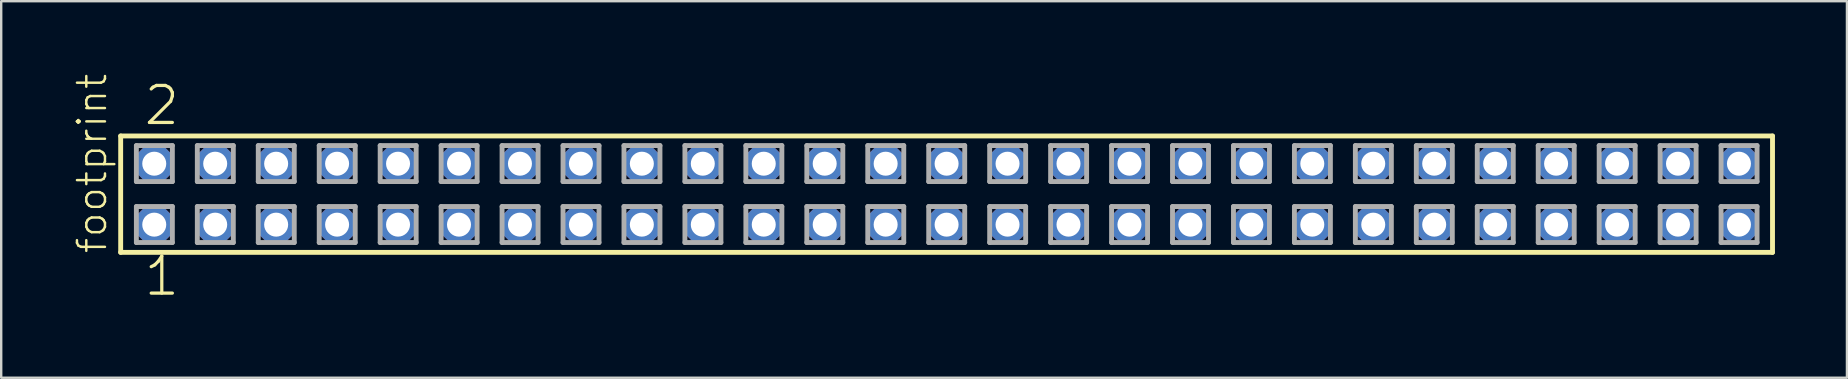
<source format=kicad_pcb>
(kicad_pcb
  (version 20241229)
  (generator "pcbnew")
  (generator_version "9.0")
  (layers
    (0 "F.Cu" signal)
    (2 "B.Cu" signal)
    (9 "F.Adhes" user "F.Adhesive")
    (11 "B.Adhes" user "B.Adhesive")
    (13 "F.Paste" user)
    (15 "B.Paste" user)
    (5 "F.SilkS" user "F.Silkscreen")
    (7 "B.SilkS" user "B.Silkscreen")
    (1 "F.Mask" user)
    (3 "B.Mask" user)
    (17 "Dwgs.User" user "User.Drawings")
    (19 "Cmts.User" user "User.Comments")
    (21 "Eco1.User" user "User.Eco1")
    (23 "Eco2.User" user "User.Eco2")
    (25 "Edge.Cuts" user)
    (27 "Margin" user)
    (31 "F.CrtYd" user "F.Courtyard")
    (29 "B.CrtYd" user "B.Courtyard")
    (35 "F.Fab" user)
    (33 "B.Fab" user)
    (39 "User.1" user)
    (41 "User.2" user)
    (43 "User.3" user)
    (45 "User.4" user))
  (footprint "footprint"
    (layer "F.Cu")
    (at 36.398 5.042)
    (property "Reference" "footprint" (at -34.925 2.54 90) (layer "F.SilkS") (effects (font (size 1.168 1.168) (thickness 0.102)) (justify left bottom)))
    (fp_line (start -34.419 -2.425) (end 34.419 -2.425) (stroke (width 0.203) (type solid)) (layer "F.SilkS"))
    (fp_line (start -34.419 2.425) (end -34.419 -2.425) (stroke (width 0.203) (type solid)) (layer "F.SilkS"))
    (fp_line (start 34.419 -2.425) (end 34.419 2.425) (stroke (width 0.203) (type solid)) (layer "F.SilkS"))
    (fp_line (start 34.419 2.425) (end -34.419 2.425) (stroke (width 0.203) (type solid)) (layer "F.SilkS"))
    (fp_line (start -33.765 -2.025) (end -32.265 -2.025) (stroke (width 0.203) (type solid)) (layer "F.Fab"))
    (fp_line (start -33.765 -0.525) (end -33.765 -2.025) (stroke (width 0.203) (type solid)) (layer "F.Fab"))
    (fp_line (start -33.765 0.515) (end -32.265 0.515) (stroke (width 0.203) (type solid)) (layer "F.Fab"))
    (fp_line (start -33.765 2.015) (end -33.765 0.515) (stroke (width 0.203) (type solid)) (layer "F.Fab"))
    (fp_line (start -32.265 -2.025) (end -32.265 -0.525) (stroke (width 0.203) (type solid)) (layer "F.Fab"))
    (fp_line (start -32.265 -0.525) (end -33.765 -0.525) (stroke (width 0.203) (type solid)) (layer "F.Fab"))
    (fp_line (start -32.265 0.515) (end -32.265 2.015) (stroke (width 0.203) (type solid)) (layer "F.Fab"))
    (fp_line (start -32.265 2.015) (end -33.765 2.015) (stroke (width 0.203) (type solid)) (layer "F.Fab"))
    (fp_line (start -31.225 -2.025) (end -29.725 -2.025) (stroke (width 0.203) (type solid)) (layer "F.Fab"))
    (fp_line (start -31.225 -0.525) (end -31.225 -2.025) (stroke (width 0.203) (type solid)) (layer "F.Fab"))
    (fp_line (start -31.225 0.515) (end -29.725 0.515) (stroke (width 0.203) (type solid)) (layer "F.Fab"))
    (fp_line (start -31.225 2.015) (end -31.225 0.515) (stroke (width 0.203) (type solid)) (layer "F.Fab"))
    (fp_line (start -29.725 -2.025) (end -29.725 -0.525) (stroke (width 0.203) (type solid)) (layer "F.Fab"))
    (fp_line (start -29.725 -0.525) (end -31.225 -0.525) (stroke (width 0.203) (type solid)) (layer "F.Fab"))
    (fp_line (start -29.725 0.515) (end -29.725 2.015) (stroke (width 0.203) (type solid)) (layer "F.Fab"))
    (fp_line (start -29.725 2.015) (end -31.225 2.015) (stroke (width 0.203) (type solid)) (layer "F.Fab"))
    (fp_line (start -28.685 -2.025) (end -27.185 -2.025) (stroke (width 0.203) (type solid)) (layer "F.Fab"))
    (fp_line (start -28.685 -0.525) (end -28.685 -2.025) (stroke (width 0.203) (type solid)) (layer "F.Fab"))
    (fp_line (start -28.685 0.515) (end -27.185 0.515) (stroke (width 0.203) (type solid)) (layer "F.Fab"))
    (fp_line (start -28.685 2.015) (end -28.685 0.515) (stroke (width 0.203) (type solid)) (layer "F.Fab"))
    (fp_line (start -27.185 -2.025) (end -27.185 -0.525) (stroke (width 0.203) (type solid)) (layer "F.Fab"))
    (fp_line (start -27.185 -0.525) (end -28.685 -0.525) (stroke (width 0.203) (type solid)) (layer "F.Fab"))
    (fp_line (start -27.185 0.515) (end -27.185 2.015) (stroke (width 0.203) (type solid)) (layer "F.Fab"))
    (fp_line (start -27.185 2.015) (end -28.685 2.015) (stroke (width 0.203) (type solid)) (layer "F.Fab"))
    (fp_line (start -26.145 -2.025) (end -24.645 -2.025) (stroke (width 0.203) (type solid)) (layer "F.Fab"))
    (fp_line (start -26.145 -0.525) (end -26.145 -2.025) (stroke (width 0.203) (type solid)) (layer "F.Fab"))
    (fp_line (start -26.145 0.515) (end -24.645 0.515) (stroke (width 0.203) (type solid)) (layer "F.Fab"))
    (fp_line (start -26.145 2.015) (end -26.145 0.515) (stroke (width 0.203) (type solid)) (layer "F.Fab"))
    (fp_line (start -24.645 -2.025) (end -24.645 -0.525) (stroke (width 0.203) (type solid)) (layer "F.Fab"))
    (fp_line (start -24.645 -0.525) (end -26.145 -0.525) (stroke (width 0.203) (type solid)) (layer "F.Fab"))
    (fp_line (start -24.645 0.515) (end -24.645 2.015) (stroke (width 0.203) (type solid)) (layer "F.Fab"))
    (fp_line (start -24.645 2.015) (end -26.145 2.015) (stroke (width 0.203) (type solid)) (layer "F.Fab"))
    (fp_line (start -23.605 -2.025) (end -22.105 -2.025) (stroke (width 0.203) (type solid)) (layer "F.Fab"))
    (fp_line (start -23.605 -0.525) (end -23.605 -2.025) (stroke (width 0.203) (type solid)) (layer "F.Fab"))
    (fp_line (start -23.605 0.515) (end -22.105 0.515) (stroke (width 0.203) (type solid)) (layer "F.Fab"))
    (fp_line (start -23.605 2.015) (end -23.605 0.515) (stroke (width 0.203) (type solid)) (layer "F.Fab"))
    (fp_line (start -22.105 -2.025) (end -22.105 -0.525) (stroke (width 0.203) (type solid)) (layer "F.Fab"))
    (fp_line (start -22.105 -0.525) (end -23.605 -0.525) (stroke (width 0.203) (type solid)) (layer "F.Fab"))
    (fp_line (start -22.105 0.515) (end -22.105 2.015) (stroke (width 0.203) (type solid)) (layer "F.Fab"))
    (fp_line (start -22.105 2.015) (end -23.605 2.015) (stroke (width 0.203) (type solid)) (layer "F.Fab"))
    (fp_line (start -21.065 -2.025) (end -19.565 -2.025) (stroke (width 0.203) (type solid)) (layer "F.Fab"))
    (fp_line (start -21.065 -0.525) (end -21.065 -2.025) (stroke (width 0.203) (type solid)) (layer "F.Fab"))
    (fp_line (start -21.065 0.515) (end -19.565 0.515) (stroke (width 0.203) (type solid)) (layer "F.Fab"))
    (fp_line (start -21.065 2.015) (end -21.065 0.515) (stroke (width 0.203) (type solid)) (layer "F.Fab"))
    (fp_line (start -19.565 -2.025) (end -19.565 -0.525) (stroke (width 0.203) (type solid)) (layer "F.Fab"))
    (fp_line (start -19.565 -0.525) (end -21.065 -0.525) (stroke (width 0.203) (type solid)) (layer "F.Fab"))
    (fp_line (start -19.565 0.515) (end -19.565 2.015) (stroke (width 0.203) (type solid)) (layer "F.Fab"))
    (fp_line (start -19.565 2.015) (end -21.065 2.015) (stroke (width 0.203) (type solid)) (layer "F.Fab"))
    (fp_line (start -18.525 -2.025) (end -17.025 -2.025) (stroke (width 0.203) (type solid)) (layer "F.Fab"))
    (fp_line (start -18.525 -0.525) (end -18.525 -2.025) (stroke (width 0.203) (type solid)) (layer "F.Fab"))
    (fp_line (start -18.525 0.515) (end -17.025 0.515) (stroke (width 0.203) (type solid)) (layer "F.Fab"))
    (fp_line (start -18.525 2.015) (end -18.525 0.515) (stroke (width 0.203) (type solid)) (layer "F.Fab"))
    (fp_line (start -17.025 -2.025) (end -17.025 -0.525) (stroke (width 0.203) (type solid)) (layer "F.Fab"))
    (fp_line (start -17.025 -0.525) (end -18.525 -0.525) (stroke (width 0.203) (type solid)) (layer "F.Fab"))
    (fp_line (start -17.025 0.515) (end -17.025 2.015) (stroke (width 0.203) (type solid)) (layer "F.Fab"))
    (fp_line (start -17.025 2.015) (end -18.525 2.015) (stroke (width 0.203) (type solid)) (layer "F.Fab"))
    (fp_line (start -15.985 -2.025) (end -14.485 -2.025) (stroke (width 0.203) (type solid)) (layer "F.Fab"))
    (fp_line (start -15.985 -0.525) (end -15.985 -2.025) (stroke (width 0.203) (type solid)) (layer "F.Fab"))
    (fp_line (start -15.985 0.515) (end -14.485 0.515) (stroke (width 0.203) (type solid)) (layer "F.Fab"))
    (fp_line (start -15.985 2.015) (end -15.985 0.515) (stroke (width 0.203) (type solid)) (layer "F.Fab"))
    (fp_line (start -14.485 -2.025) (end -14.485 -0.525) (stroke (width 0.203) (type solid)) (layer "F.Fab"))
    (fp_line (start -14.485 -0.525) (end -15.985 -0.525) (stroke (width 0.203) (type solid)) (layer "F.Fab"))
    (fp_line (start -14.485 0.515) (end -14.485 2.015) (stroke (width 0.203) (type solid)) (layer "F.Fab"))
    (fp_line (start -14.485 2.015) (end -15.985 2.015) (stroke (width 0.203) (type solid)) (layer "F.Fab"))
    (fp_line (start -13.445 -2.025) (end -11.945 -2.025) (stroke (width 0.203) (type solid)) (layer "F.Fab"))
    (fp_line (start -13.445 -0.525) (end -13.445 -2.025) (stroke (width 0.203) (type solid)) (layer "F.Fab"))
    (fp_line (start -13.445 0.515) (end -11.945 0.515) (stroke (width 0.203) (type solid)) (layer "F.Fab"))
    (fp_line (start -13.445 2.015) (end -13.445 0.515) (stroke (width 0.203) (type solid)) (layer "F.Fab"))
    (fp_line (start -11.945 -2.025) (end -11.945 -0.525) (stroke (width 0.203) (type solid)) (layer "F.Fab"))
    (fp_line (start -11.945 -0.525) (end -13.445 -0.525) (stroke (width 0.203) (type solid)) (layer "F.Fab"))
    (fp_line (start -11.945 0.515) (end -11.945 2.015) (stroke (width 0.203) (type solid)) (layer "F.Fab"))
    (fp_line (start -11.945 2.015) (end -13.445 2.015) (stroke (width 0.203) (type solid)) (layer "F.Fab"))
    (fp_line (start -10.905 -2.025) (end -9.405 -2.025) (stroke (width 0.203) (type solid)) (layer "F.Fab"))
    (fp_line (start -10.905 -0.525) (end -10.905 -2.025) (stroke (width 0.203) (type solid)) (layer "F.Fab"))
    (fp_line (start -10.905 0.515) (end -9.405 0.515) (stroke (width 0.203) (type solid)) (layer "F.Fab"))
    (fp_line (start -10.905 2.015) (end -10.905 0.515) (stroke (width 0.203) (type solid)) (layer "F.Fab"))
    (fp_line (start -9.405 -2.025) (end -9.405 -0.525) (stroke (width 0.203) (type solid)) (layer "F.Fab"))
    (fp_line (start -9.405 -0.525) (end -10.905 -0.525) (stroke (width 0.203) (type solid)) (layer "F.Fab"))
    (fp_line (start -9.405 0.515) (end -9.405 2.015) (stroke (width 0.203) (type solid)) (layer "F.Fab"))
    (fp_line (start -9.405 2.015) (end -10.905 2.015) (stroke (width 0.203) (type solid)) (layer "F.Fab"))
    (fp_line (start -8.365 -2.025) (end -6.865 -2.025) (stroke (width 0.203) (type solid)) (layer "F.Fab"))
    (fp_line (start -8.365 -0.525) (end -8.365 -2.025) (stroke (width 0.203) (type solid)) (layer "F.Fab"))
    (fp_line (start -8.365 0.515) (end -6.865 0.515) (stroke (width 0.203) (type solid)) (layer "F.Fab"))
    (fp_line (start -8.365 2.015) (end -8.365 0.515) (stroke (width 0.203) (type solid)) (layer "F.Fab"))
    (fp_line (start -6.865 -2.025) (end -6.865 -0.525) (stroke (width 0.203) (type solid)) (layer "F.Fab"))
    (fp_line (start -6.865 -0.525) (end -8.365 -0.525) (stroke (width 0.203) (type solid)) (layer "F.Fab"))
    (fp_line (start -6.865 0.515) (end -6.865 2.015) (stroke (width 0.203) (type solid)) (layer "F.Fab"))
    (fp_line (start -6.865 2.015) (end -8.365 2.015) (stroke (width 0.203) (type solid)) (layer "F.Fab"))
    (fp_line (start -5.825 -2.025) (end -4.325 -2.025) (stroke (width 0.203) (type solid)) (layer "F.Fab"))
    (fp_line (start -5.825 -0.525) (end -5.825 -2.025) (stroke (width 0.203) (type solid)) (layer "F.Fab"))
    (fp_line (start -5.825 0.515) (end -4.325 0.515) (stroke (width 0.203) (type solid)) (layer "F.Fab"))
    (fp_line (start -5.825 2.015) (end -5.825 0.515) (stroke (width 0.203) (type solid)) (layer "F.Fab"))
    (fp_line (start -4.325 -2.025) (end -4.325 -0.525) (stroke (width 0.203) (type solid)) (layer "F.Fab"))
    (fp_line (start -4.325 -0.525) (end -5.825 -0.525) (stroke (width 0.203) (type solid)) (layer "F.Fab"))
    (fp_line (start -4.325 0.515) (end -4.325 2.015) (stroke (width 0.203) (type solid)) (layer "F.Fab"))
    (fp_line (start -4.325 2.015) (end -5.825 2.015) (stroke (width 0.203) (type solid)) (layer "F.Fab"))
    (fp_line (start -3.285 -2.025) (end -1.785 -2.025) (stroke (width 0.203) (type solid)) (layer "F.Fab"))
    (fp_line (start -3.285 -0.525) (end -3.285 -2.025) (stroke (width 0.203) (type solid)) (layer "F.Fab"))
    (fp_line (start -3.285 0.515) (end -1.785 0.515) (stroke (width 0.203) (type solid)) (layer "F.Fab"))
    (fp_line (start -3.285 2.015) (end -3.285 0.515) (stroke (width 0.203) (type solid)) (layer "F.Fab"))
    (fp_line (start -1.785 -2.025) (end -1.785 -0.525) (stroke (width 0.203) (type solid)) (layer "F.Fab"))
    (fp_line (start -1.785 -0.525) (end -3.285 -0.525) (stroke (width 0.203) (type solid)) (layer "F.Fab"))
    (fp_line (start -1.785 0.515) (end -1.785 2.015) (stroke (width 0.203) (type solid)) (layer "F.Fab"))
    (fp_line (start -1.785 2.015) (end -3.285 2.015) (stroke (width 0.203) (type solid)) (layer "F.Fab"))
    (fp_line (start -0.745 -2.025) (end 0.755 -2.025) (stroke (width 0.203) (type solid)) (layer "F.Fab"))
    (fp_line (start -0.745 -0.525) (end -0.745 -2.025) (stroke (width 0.203) (type solid)) (layer "F.Fab"))
    (fp_line (start -0.745 0.515) (end 0.755 0.515) (stroke (width 0.203) (type solid)) (layer "F.Fab"))
    (fp_line (start -0.745 2.015) (end -0.745 0.515) (stroke (width 0.203) (type solid)) (layer "F.Fab"))
    (fp_line (start 0.755 -2.025) (end 0.755 -0.525) (stroke (width 0.203) (type solid)) (layer "F.Fab"))
    (fp_line (start 0.755 -0.525) (end -0.745 -0.525) (stroke (width 0.203) (type solid)) (layer "F.Fab"))
    (fp_line (start 0.755 0.515) (end 0.755 2.015) (stroke (width 0.203) (type solid)) (layer "F.Fab"))
    (fp_line (start 0.755 2.015) (end -0.745 2.015) (stroke (width 0.203) (type solid)) (layer "F.Fab"))
    (fp_line (start 1.795 -2.025) (end 3.295 -2.025) (stroke (width 0.203) (type solid)) (layer "F.Fab"))
    (fp_line (start 1.795 -0.525) (end 1.795 -2.025) (stroke (width 0.203) (type solid)) (layer "F.Fab"))
    (fp_line (start 1.795 0.515) (end 3.295 0.515) (stroke (width 0.203) (type solid)) (layer "F.Fab"))
    (fp_line (start 1.795 2.015) (end 1.795 0.515) (stroke (width 0.203) (type solid)) (layer "F.Fab"))
    (fp_line (start 3.295 -2.025) (end 3.295 -0.525) (stroke (width 0.203) (type solid)) (layer "F.Fab"))
    (fp_line (start 3.295 -0.525) (end 1.795 -0.525) (stroke (width 0.203) (type solid)) (layer "F.Fab"))
    (fp_line (start 3.295 0.515) (end 3.295 2.015) (stroke (width 0.203) (type solid)) (layer "F.Fab"))
    (fp_line (start 3.295 2.015) (end 1.795 2.015) (stroke (width 0.203) (type solid)) (layer "F.Fab"))
    (fp_line (start 4.335 -2.025) (end 5.835 -2.025) (stroke (width 0.203) (type solid)) (layer "F.Fab"))
    (fp_line (start 4.335 -0.525) (end 4.335 -2.025) (stroke (width 0.203) (type solid)) (layer "F.Fab"))
    (fp_line (start 4.335 0.515) (end 5.835 0.515) (stroke (width 0.203) (type solid)) (layer "F.Fab"))
    (fp_line (start 4.335 2.015) (end 4.335 0.515) (stroke (width 0.203) (type solid)) (layer "F.Fab"))
    (fp_line (start 5.835 -2.025) (end 5.835 -0.525) (stroke (width 0.203) (type solid)) (layer "F.Fab"))
    (fp_line (start 5.835 -0.525) (end 4.335 -0.525) (stroke (width 0.203) (type solid)) (layer "F.Fab"))
    (fp_line (start 5.835 0.515) (end 5.835 2.015) (stroke (width 0.203) (type solid)) (layer "F.Fab"))
    (fp_line (start 5.835 2.015) (end 4.335 2.015) (stroke (width 0.203) (type solid)) (layer "F.Fab"))
    (fp_line (start 6.875 -2.025) (end 8.375 -2.025) (stroke (width 0.203) (type solid)) (layer "F.Fab"))
    (fp_line (start 6.875 -0.525) (end 6.875 -2.025) (stroke (width 0.203) (type solid)) (layer "F.Fab"))
    (fp_line (start 6.875 0.515) (end 8.375 0.515) (stroke (width 0.203) (type solid)) (layer "F.Fab"))
    (fp_line (start 6.875 2.015) (end 6.875 0.515) (stroke (width 0.203) (type solid)) (layer "F.Fab"))
    (fp_line (start 8.375 -2.025) (end 8.375 -0.525) (stroke (width 0.203) (type solid)) (layer "F.Fab"))
    (fp_line (start 8.375 -0.525) (end 6.875 -0.525) (stroke (width 0.203) (type solid)) (layer "F.Fab"))
    (fp_line (start 8.375 0.515) (end 8.375 2.015) (stroke (width 0.203) (type solid)) (layer "F.Fab"))
    (fp_line (start 8.375 2.015) (end 6.875 2.015) (stroke (width 0.203) (type solid)) (layer "F.Fab"))
    (fp_line (start 9.415 -2.025) (end 10.915 -2.025) (stroke (width 0.203) (type solid)) (layer "F.Fab"))
    (fp_line (start 9.415 -0.525) (end 9.415 -2.025) (stroke (width 0.203) (type solid)) (layer "F.Fab"))
    (fp_line (start 9.415 0.515) (end 10.915 0.515) (stroke (width 0.203) (type solid)) (layer "F.Fab"))
    (fp_line (start 9.415 2.015) (end 9.415 0.515) (stroke (width 0.203) (type solid)) (layer "F.Fab"))
    (fp_line (start 10.915 -2.025) (end 10.915 -0.525) (stroke (width 0.203) (type solid)) (layer "F.Fab"))
    (fp_line (start 10.915 -0.525) (end 9.415 -0.525) (stroke (width 0.203) (type solid)) (layer "F.Fab"))
    (fp_line (start 10.915 0.515) (end 10.915 2.015) (stroke (width 0.203) (type solid)) (layer "F.Fab"))
    (fp_line (start 10.915 2.015) (end 9.415 2.015) (stroke (width 0.203) (type solid)) (layer "F.Fab"))
    (fp_line (start 11.955 -2.025) (end 13.455 -2.025) (stroke (width 0.203) (type solid)) (layer "F.Fab"))
    (fp_line (start 11.955 -0.525) (end 11.955 -2.025) (stroke (width 0.203) (type solid)) (layer "F.Fab"))
    (fp_line (start 11.955 0.515) (end 13.455 0.515) (stroke (width 0.203) (type solid)) (layer "F.Fab"))
    (fp_line (start 11.955 2.015) (end 11.955 0.515) (stroke (width 0.203) (type solid)) (layer "F.Fab"))
    (fp_line (start 13.455 -2.025) (end 13.455 -0.525) (stroke (width 0.203) (type solid)) (layer "F.Fab"))
    (fp_line (start 13.455 -0.525) (end 11.955 -0.525) (stroke (width 0.203) (type solid)) (layer "F.Fab"))
    (fp_line (start 13.455 0.515) (end 13.455 2.015) (stroke (width 0.203) (type solid)) (layer "F.Fab"))
    (fp_line (start 13.455 2.015) (end 11.955 2.015) (stroke (width 0.203) (type solid)) (layer "F.Fab"))
    (fp_line (start 14.495 -2.025) (end 15.995 -2.025) (stroke (width 0.203) (type solid)) (layer "F.Fab"))
    (fp_line (start 14.495 -0.525) (end 14.495 -2.025) (stroke (width 0.203) (type solid)) (layer "F.Fab"))
    (fp_line (start 14.495 0.515) (end 15.995 0.515) (stroke (width 0.203) (type solid)) (layer "F.Fab"))
    (fp_line (start 14.495 2.015) (end 14.495 0.515) (stroke (width 0.203) (type solid)) (layer "F.Fab"))
    (fp_line (start 15.995 -2.025) (end 15.995 -0.525) (stroke (width 0.203) (type solid)) (layer "F.Fab"))
    (fp_line (start 15.995 -0.525) (end 14.495 -0.525) (stroke (width 0.203) (type solid)) (layer "F.Fab"))
    (fp_line (start 15.995 0.515) (end 15.995 2.015) (stroke (width 0.203) (type solid)) (layer "F.Fab"))
    (fp_line (start 15.995 2.015) (end 14.495 2.015) (stroke (width 0.203) (type solid)) (layer "F.Fab"))
    (fp_line (start 17.035 -2.025) (end 18.535 -2.025) (stroke (width 0.203) (type solid)) (layer "F.Fab"))
    (fp_line (start 17.035 -0.525) (end 17.035 -2.025) (stroke (width 0.203) (type solid)) (layer "F.Fab"))
    (fp_line (start 17.035 0.515) (end 18.535 0.515) (stroke (width 0.203) (type solid)) (layer "F.Fab"))
    (fp_line (start 17.035 2.015) (end 17.035 0.515) (stroke (width 0.203) (type solid)) (layer "F.Fab"))
    (fp_line (start 18.535 -2.025) (end 18.535 -0.525) (stroke (width 0.203) (type solid)) (layer "F.Fab"))
    (fp_line (start 18.535 -0.525) (end 17.035 -0.525) (stroke (width 0.203) (type solid)) (layer "F.Fab"))
    (fp_line (start 18.535 0.515) (end 18.535 2.015) (stroke (width 0.203) (type solid)) (layer "F.Fab"))
    (fp_line (start 18.535 2.015) (end 17.035 2.015) (stroke (width 0.203) (type solid)) (layer "F.Fab"))
    (fp_line (start 19.575 -2.025) (end 21.075 -2.025) (stroke (width 0.203) (type solid)) (layer "F.Fab"))
    (fp_line (start 19.575 -0.525) (end 19.575 -2.025) (stroke (width 0.203) (type solid)) (layer "F.Fab"))
    (fp_line (start 19.575 0.515) (end 21.075 0.515) (stroke (width 0.203) (type solid)) (layer "F.Fab"))
    (fp_line (start 19.575 2.015) (end 19.575 0.515) (stroke (width 0.203) (type solid)) (layer "F.Fab"))
    (fp_line (start 21.075 -2.025) (end 21.075 -0.525) (stroke (width 0.203) (type solid)) (layer "F.Fab"))
    (fp_line (start 21.075 -0.525) (end 19.575 -0.525) (stroke (width 0.203) (type solid)) (layer "F.Fab"))
    (fp_line (start 21.075 0.515) (end 21.075 2.015) (stroke (width 0.203) (type solid)) (layer "F.Fab"))
    (fp_line (start 21.075 2.015) (end 19.575 2.015) (stroke (width 0.203) (type solid)) (layer "F.Fab"))
    (fp_line (start 22.115 -2.025) (end 23.615 -2.025) (stroke (width 0.203) (type solid)) (layer "F.Fab"))
    (fp_line (start 22.115 -0.525) (end 22.115 -2.025) (stroke (width 0.203) (type solid)) (layer "F.Fab"))
    (fp_line (start 22.115 0.515) (end 23.615 0.515) (stroke (width 0.203) (type solid)) (layer "F.Fab"))
    (fp_line (start 22.115 2.015) (end 22.115 0.515) (stroke (width 0.203) (type solid)) (layer "F.Fab"))
    (fp_line (start 23.615 -2.025) (end 23.615 -0.525) (stroke (width 0.203) (type solid)) (layer "F.Fab"))
    (fp_line (start 23.615 -0.525) (end 22.115 -0.525) (stroke (width 0.203) (type solid)) (layer "F.Fab"))
    (fp_line (start 23.615 0.515) (end 23.615 2.015) (stroke (width 0.203) (type solid)) (layer "F.Fab"))
    (fp_line (start 23.615 2.015) (end 22.115 2.015) (stroke (width 0.203) (type solid)) (layer "F.Fab"))
    (fp_line (start 24.655 -2.025) (end 26.155 -2.025) (stroke (width 0.203) (type solid)) (layer "F.Fab"))
    (fp_line (start 24.655 -0.525) (end 24.655 -2.025) (stroke (width 0.203) (type solid)) (layer "F.Fab"))
    (fp_line (start 24.655 0.515) (end 26.155 0.515) (stroke (width 0.203) (type solid)) (layer "F.Fab"))
    (fp_line (start 24.655 2.015) (end 24.655 0.515) (stroke (width 0.203) (type solid)) (layer "F.Fab"))
    (fp_line (start 26.155 -2.025) (end 26.155 -0.525) (stroke (width 0.203) (type solid)) (layer "F.Fab"))
    (fp_line (start 26.155 -0.525) (end 24.655 -0.525) (stroke (width 0.203) (type solid)) (layer "F.Fab"))
    (fp_line (start 26.155 0.515) (end 26.155 2.015) (stroke (width 0.203) (type solid)) (layer "F.Fab"))
    (fp_line (start 26.155 2.015) (end 24.655 2.015) (stroke (width 0.203) (type solid)) (layer "F.Fab"))
    (fp_line (start 27.195 -2.025) (end 28.695 -2.025) (stroke (width 0.203) (type solid)) (layer "F.Fab"))
    (fp_line (start 27.195 -0.525) (end 27.195 -2.025) (stroke (width 0.203) (type solid)) (layer "F.Fab"))
    (fp_line (start 27.195 0.515) (end 28.695 0.515) (stroke (width 0.203) (type solid)) (layer "F.Fab"))
    (fp_line (start 27.195 2.015) (end 27.195 0.515) (stroke (width 0.203) (type solid)) (layer "F.Fab"))
    (fp_line (start 28.695 -2.025) (end 28.695 -0.525) (stroke (width 0.203) (type solid)) (layer "F.Fab"))
    (fp_line (start 28.695 -0.525) (end 27.195 -0.525) (stroke (width 0.203) (type solid)) (layer "F.Fab"))
    (fp_line (start 28.695 0.515) (end 28.695 2.015) (stroke (width 0.203) (type solid)) (layer "F.Fab"))
    (fp_line (start 28.695 2.015) (end 27.195 2.015) (stroke (width 0.203) (type solid)) (layer "F.Fab"))
    (fp_line (start 29.735 -2.025) (end 31.235 -2.025) (stroke (width 0.203) (type solid)) (layer "F.Fab"))
    (fp_line (start 29.735 -0.525) (end 29.735 -2.025) (stroke (width 0.203) (type solid)) (layer "F.Fab"))
    (fp_line (start 29.735 0.515) (end 31.235 0.515) (stroke (width 0.203) (type solid)) (layer "F.Fab"))
    (fp_line (start 29.735 2.015) (end 29.735 0.515) (stroke (width 0.203) (type solid)) (layer "F.Fab"))
    (fp_line (start 31.235 -2.025) (end 31.235 -0.525) (stroke (width 0.203) (type solid)) (layer "F.Fab"))
    (fp_line (start 31.235 -0.525) (end 29.735 -0.525) (stroke (width 0.203) (type solid)) (layer "F.Fab"))
    (fp_line (start 31.235 0.515) (end 31.235 2.015) (stroke (width 0.203) (type solid)) (layer "F.Fab"))
    (fp_line (start 31.235 2.015) (end 29.735 2.015) (stroke (width 0.203) (type solid)) (layer "F.Fab"))
    (fp_line (start 32.275 -2.025) (end 33.775 -2.025) (stroke (width 0.203) (type solid)) (layer "F.Fab"))
    (fp_line (start 32.275 -0.525) (end 32.275 -2.025) (stroke (width 0.203) (type solid)) (layer "F.Fab"))
    (fp_line (start 32.275 0.515) (end 33.775 0.515) (stroke (width 0.203) (type solid)) (layer "F.Fab"))
    (fp_line (start 32.275 2.015) (end 32.275 0.515) (stroke (width 0.203) (type solid)) (layer "F.Fab"))
    (fp_line (start 33.775 -2.025) (end 33.775 -0.525) (stroke (width 0.203) (type solid)) (layer "F.Fab"))
    (fp_line (start 33.775 -0.525) (end 32.275 -0.525) (stroke (width 0.203) (type solid)) (layer "F.Fab"))
    (fp_line (start 33.775 0.515) (end 33.775 2.015) (stroke (width 0.203) (type solid)) (layer "F.Fab"))
    (fp_line (start 33.775 2.015) (end 32.275 2.015) (stroke (width 0.203) (type solid)) (layer "F.Fab"))
    (fp_text user "2" (at -33.528 -2.794 0) (layer "F.SilkS") (effects (font (size 1.542 1.542) (thickness 0.134)) (justify left bottom)))
    (fp_text user "1" (at -33.528 4.318 0) (layer "F.SilkS") (effects (font (size 1.542 1.542) (thickness 0.134)) (justify left bottom)))
    (pad "1" thru_hole roundrect (at -33.02 1.27) (size 1.5 1.5) (drill 1) (layers "*.Cu" "*.Mask") (roundrect_rratio 0.25) (chamfer_ratio 0.25) (chamfer top_left top_right bottom_left bottom_right))
    (pad "2" thru_hole roundrect (at -33.02 -1.27) (size 1.5 1.5) (drill 1) (layers "*.Cu" "*.Mask") (roundrect_rratio 0.25) (chamfer_ratio 0.25) (chamfer top_left top_right bottom_left bottom_right))
    (pad "3" thru_hole roundrect (at -30.48 1.27) (size 1.5 1.5) (drill 1) (layers "*.Cu" "*.Mask") (roundrect_rratio 0.25) (chamfer_ratio 0.25) (chamfer top_left top_right bottom_left bottom_right))
    (pad "4" thru_hole roundrect (at -30.48 -1.27) (size 1.5 1.5) (drill 1) (layers "*.Cu" "*.Mask") (roundrect_rratio 0.25) (chamfer_ratio 0.25) (chamfer top_left top_right bottom_left bottom_right))
    (pad "5" thru_hole roundrect (at -27.94 1.27) (size 1.5 1.5) (drill 1) (layers "*.Cu" "*.Mask") (roundrect_rratio 0.25) (chamfer_ratio 0.25) (chamfer top_left top_right bottom_left bottom_right))
    (pad "6" thru_hole roundrect (at -27.94 -1.27) (size 1.5 1.5) (drill 1) (layers "*.Cu" "*.Mask") (roundrect_rratio 0.25) (chamfer_ratio 0.25) (chamfer top_left top_right bottom_left bottom_right))
    (pad "7" thru_hole roundrect (at -25.4 1.27) (size 1.5 1.5) (drill 1) (layers "*.Cu" "*.Mask") (roundrect_rratio 0.25) (chamfer_ratio 0.25) (chamfer top_left top_right bottom_left bottom_right))
    (pad "8" thru_hole roundrect (at -25.4 -1.27) (size 1.5 1.5) (drill 1) (layers "*.Cu" "*.Mask") (roundrect_rratio 0.25) (chamfer_ratio 0.25) (chamfer top_left top_right bottom_left bottom_right))
    (pad "9" thru_hole roundrect (at -22.86 1.27) (size 1.5 1.5) (drill 1) (layers "*.Cu" "*.Mask") (roundrect_rratio 0.25) (chamfer_ratio 0.25) (chamfer top_left top_right bottom_left bottom_right))
    (pad "10" thru_hole roundrect (at -22.86 -1.27) (size 1.5 1.5) (drill 1) (layers "*.Cu" "*.Mask") (roundrect_rratio 0.25) (chamfer_ratio 0.25) (chamfer top_left top_right bottom_left bottom_right))
    (pad "11" thru_hole roundrect (at -20.32 1.27) (size 1.5 1.5) (drill 1) (layers "*.Cu" "*.Mask") (roundrect_rratio 0.25) (chamfer_ratio 0.25) (chamfer top_left top_right bottom_left bottom_right))
    (pad "12" thru_hole roundrect (at -20.32 -1.27) (size 1.5 1.5) (drill 1) (layers "*.Cu" "*.Mask") (roundrect_rratio 0.25) (chamfer_ratio 0.25) (chamfer top_left top_right bottom_left bottom_right))
    (pad "13" thru_hole roundrect (at -17.78 1.27) (size 1.5 1.5) (drill 1) (layers "*.Cu" "*.Mask") (roundrect_rratio 0.25) (chamfer_ratio 0.25) (chamfer top_left top_right bottom_left bottom_right))
    (pad "14" thru_hole roundrect (at -17.78 -1.27) (size 1.5 1.5) (drill 1) (layers "*.Cu" "*.Mask") (roundrect_rratio 0.25) (chamfer_ratio 0.25) (chamfer top_left top_right bottom_left bottom_right))
    (pad "15" thru_hole roundrect (at -15.24 1.27) (size 1.5 1.5) (drill 1) (layers "*.Cu" "*.Mask") (roundrect_rratio 0.25) (chamfer_ratio 0.25) (chamfer top_left top_right bottom_left bottom_right))
    (pad "16" thru_hole roundrect (at -15.24 -1.27) (size 1.5 1.5) (drill 1) (layers "*.Cu" "*.Mask") (roundrect_rratio 0.25) (chamfer_ratio 0.25) (chamfer top_left top_right bottom_left bottom_right))
    (pad "17" thru_hole roundrect (at -12.7 1.27) (size 1.5 1.5) (drill 1) (layers "*.Cu" "*.Mask") (roundrect_rratio 0.25) (chamfer_ratio 0.25) (chamfer top_left top_right bottom_left bottom_right))
    (pad "18" thru_hole roundrect (at -12.7 -1.27) (size 1.5 1.5) (drill 1) (layers "*.Cu" "*.Mask") (roundrect_rratio 0.25) (chamfer_ratio 0.25) (chamfer top_left top_right bottom_left bottom_right))
    (pad "19" thru_hole roundrect (at -10.16 1.27) (size 1.5 1.5) (drill 1) (layers "*.Cu" "*.Mask") (roundrect_rratio 0.25) (chamfer_ratio 0.25) (chamfer top_left top_right bottom_left bottom_right))
    (pad "20" thru_hole roundrect (at -10.16 -1.27) (size 1.5 1.5) (drill 1) (layers "*.Cu" "*.Mask") (roundrect_rratio 0.25) (chamfer_ratio 0.25) (chamfer top_left top_right bottom_left bottom_right))
    (pad "21" thru_hole roundrect (at -7.62 1.27) (size 1.5 1.5) (drill 1) (layers "*.Cu" "*.Mask") (roundrect_rratio 0.25) (chamfer_ratio 0.25) (chamfer top_left top_right bottom_left bottom_right))
    (pad "22" thru_hole roundrect (at -7.62 -1.27) (size 1.5 1.5) (drill 1) (layers "*.Cu" "*.Mask") (roundrect_rratio 0.25) (chamfer_ratio 0.25) (chamfer top_left top_right bottom_left bottom_right))
    (pad "23" thru_hole roundrect (at -5.08 1.27) (size 1.5 1.5) (drill 1) (layers "*.Cu" "*.Mask") (roundrect_rratio 0.25) (chamfer_ratio 0.25) (chamfer top_left top_right bottom_left bottom_right))
    (pad "24" thru_hole roundrect (at -5.08 -1.27) (size 1.5 1.5) (drill 1) (layers "*.Cu" "*.Mask") (roundrect_rratio 0.25) (chamfer_ratio 0.25) (chamfer top_left top_right bottom_left bottom_right))
    (pad "25" thru_hole roundrect (at -2.54 1.27) (size 1.5 1.5) (drill 1) (layers "*.Cu" "*.Mask") (roundrect_rratio 0.25) (chamfer_ratio 0.25) (chamfer top_left top_right bottom_left bottom_right))
    (pad "26" thru_hole roundrect (at -2.54 -1.27) (size 1.5 1.5) (drill 1) (layers "*.Cu" "*.Mask") (roundrect_rratio 0.25) (chamfer_ratio 0.25) (chamfer top_left top_right bottom_left bottom_right))
    (pad "27" thru_hole roundrect (at 0 1.27) (size 1.5 1.5) (drill 1) (layers "*.Cu" "*.Mask") (roundrect_rratio 0.25) (chamfer_ratio 0.25) (chamfer top_left top_right bottom_left bottom_right))
    (pad "28" thru_hole roundrect (at 0 -1.27) (size 1.5 1.5) (drill 1) (layers "*.Cu" "*.Mask") (roundrect_rratio 0.25) (chamfer_ratio 0.25) (chamfer top_left top_right bottom_left bottom_right))
    (pad "29" thru_hole roundrect (at 2.54 1.27) (size 1.5 1.5) (drill 1) (layers "*.Cu" "*.Mask") (roundrect_rratio 0.25) (chamfer_ratio 0.25) (chamfer top_left top_right bottom_left bottom_right))
    (pad "30" thru_hole roundrect (at 2.54 -1.27) (size 1.5 1.5) (drill 1) (layers "*.Cu" "*.Mask") (roundrect_rratio 0.25) (chamfer_ratio 0.25) (chamfer top_left top_right bottom_left bottom_right))
    (pad "31" thru_hole roundrect (at 5.08 1.27) (size 1.5 1.5) (drill 1) (layers "*.Cu" "*.Mask") (roundrect_rratio 0.25) (chamfer_ratio 0.25) (chamfer top_left top_right bottom_left bottom_right))
    (pad "32" thru_hole roundrect (at 5.08 -1.27) (size 1.5 1.5) (drill 1) (layers "*.Cu" "*.Mask") (roundrect_rratio 0.25) (chamfer_ratio 0.25) (chamfer top_left top_right bottom_left bottom_right))
    (pad "33" thru_hole roundrect (at 7.62 1.27) (size 1.5 1.5) (drill 1) (layers "*.Cu" "*.Mask") (roundrect_rratio 0.25) (chamfer_ratio 0.25) (chamfer top_left top_right bottom_left bottom_right))
    (pad "34" thru_hole roundrect (at 7.62 -1.27) (size 1.5 1.5) (drill 1) (layers "*.Cu" "*.Mask") (roundrect_rratio 0.25) (chamfer_ratio 0.25) (chamfer top_left top_right bottom_left bottom_right))
    (pad "35" thru_hole roundrect (at 10.16 1.27) (size 1.5 1.5) (drill 1) (layers "*.Cu" "*.Mask") (roundrect_rratio 0.25) (chamfer_ratio 0.25) (chamfer top_left top_right bottom_left bottom_right))
    (pad "36" thru_hole roundrect (at 10.16 -1.27) (size 1.5 1.5) (drill 1) (layers "*.Cu" "*.Mask") (roundrect_rratio 0.25) (chamfer_ratio 0.25) (chamfer top_left top_right bottom_left bottom_right))
    (pad "37" thru_hole roundrect (at 12.7 1.27) (size 1.5 1.5) (drill 1) (layers "*.Cu" "*.Mask") (roundrect_rratio 0.25) (chamfer_ratio 0.25) (chamfer top_left top_right bottom_left bottom_right))
    (pad "38" thru_hole roundrect (at 12.7 -1.27) (size 1.5 1.5) (drill 1) (layers "*.Cu" "*.Mask") (roundrect_rratio 0.25) (chamfer_ratio 0.25) (chamfer top_left top_right bottom_left bottom_right))
    (pad "39" thru_hole roundrect (at 15.24 1.27) (size 1.5 1.5) (drill 1) (layers "*.Cu" "*.Mask") (roundrect_rratio 0.25) (chamfer_ratio 0.25) (chamfer top_left top_right bottom_left bottom_right))
    (pad "40" thru_hole roundrect (at 15.24 -1.27) (size 1.5 1.5) (drill 1) (layers "*.Cu" "*.Mask") (roundrect_rratio 0.25) (chamfer_ratio 0.25) (chamfer top_left top_right bottom_left bottom_right))
    (pad "41" thru_hole roundrect (at 17.78 1.27) (size 1.5 1.5) (drill 1) (layers "*.Cu" "*.Mask") (roundrect_rratio 0.25) (chamfer_ratio 0.25) (chamfer top_left top_right bottom_left bottom_right))
    (pad "42" thru_hole roundrect (at 17.78 -1.27) (size 1.5 1.5) (drill 1) (layers "*.Cu" "*.Mask") (roundrect_rratio 0.25) (chamfer_ratio 0.25) (chamfer top_left top_right bottom_left bottom_right))
    (pad "43" thru_hole roundrect (at 20.32 1.27) (size 1.5 1.5) (drill 1) (layers "*.Cu" "*.Mask") (roundrect_rratio 0.25) (chamfer_ratio 0.25) (chamfer top_left top_right bottom_left bottom_right))
    (pad "44" thru_hole roundrect (at 20.32 -1.27) (size 1.5 1.5) (drill 1) (layers "*.Cu" "*.Mask") (roundrect_rratio 0.25) (chamfer_ratio 0.25) (chamfer top_left top_right bottom_left bottom_right))
    (pad "45" thru_hole roundrect (at 22.86 1.27) (size 1.5 1.5) (drill 1) (layers "*.Cu" "*.Mask") (roundrect_rratio 0.25) (chamfer_ratio 0.25) (chamfer top_left top_right bottom_left bottom_right))
    (pad "46" thru_hole roundrect (at 22.86 -1.27) (size 1.5 1.5) (drill 1) (layers "*.Cu" "*.Mask") (roundrect_rratio 0.25) (chamfer_ratio 0.25) (chamfer top_left top_right bottom_left bottom_right))
    (pad "47" thru_hole roundrect (at 25.4 1.27) (size 1.5 1.5) (drill 1) (layers "*.Cu" "*.Mask") (roundrect_rratio 0.25) (chamfer_ratio 0.25) (chamfer top_left top_right bottom_left bottom_right))
    (pad "48" thru_hole roundrect (at 25.4 -1.27) (size 1.5 1.5) (drill 1) (layers "*.Cu" "*.Mask") (roundrect_rratio 0.25) (chamfer_ratio 0.25) (chamfer top_left top_right bottom_left bottom_right))
    (pad "49" thru_hole roundrect (at 27.94 1.27) (size 1.5 1.5) (drill 1) (layers "*.Cu" "*.Mask") (roundrect_rratio 0.25) (chamfer_ratio 0.25) (chamfer top_left top_right bottom_left bottom_right))
    (pad "50" thru_hole roundrect (at 27.94 -1.27) (size 1.5 1.5) (drill 1) (layers "*.Cu" "*.Mask") (roundrect_rratio 0.25) (chamfer_ratio 0.25) (chamfer top_left top_right bottom_left bottom_right))
    (pad "51" thru_hole roundrect (at 30.48 1.27) (size 1.5 1.5) (drill 1) (layers "*.Cu" "*.Mask") (roundrect_rratio 0.25) (chamfer_ratio 0.25) (chamfer top_left top_right bottom_left bottom_right))
    (pad "52" thru_hole roundrect (at 30.48 -1.27) (size 1.5 1.5) (drill 1) (layers "*.Cu" "*.Mask") (roundrect_rratio 0.25) (chamfer_ratio 0.25) (chamfer top_left top_right bottom_left bottom_right))
    (pad "53" thru_hole roundrect (at 33.02 1.27) (size 1.5 1.5) (drill 1) (layers "*.Cu" "*.Mask") (roundrect_rratio 0.25) (chamfer_ratio 0.25) (chamfer top_left top_right bottom_left bottom_right))
    (pad "54" thru_hole roundrect (at 33.02 -1.27) (size 1.5 1.5) (drill 1) (layers "*.Cu" "*.Mask") (roundrect_rratio 0.25) (chamfer_ratio 0.25) (chamfer top_left top_right bottom_left bottom_right)))
  (gr_rect
    (start -3 -3)
    (end 73.919 12.691)
    (stroke (width 0.1) (type default))
    (fill no)
    (layer "Edge.Cuts")))
</source>
